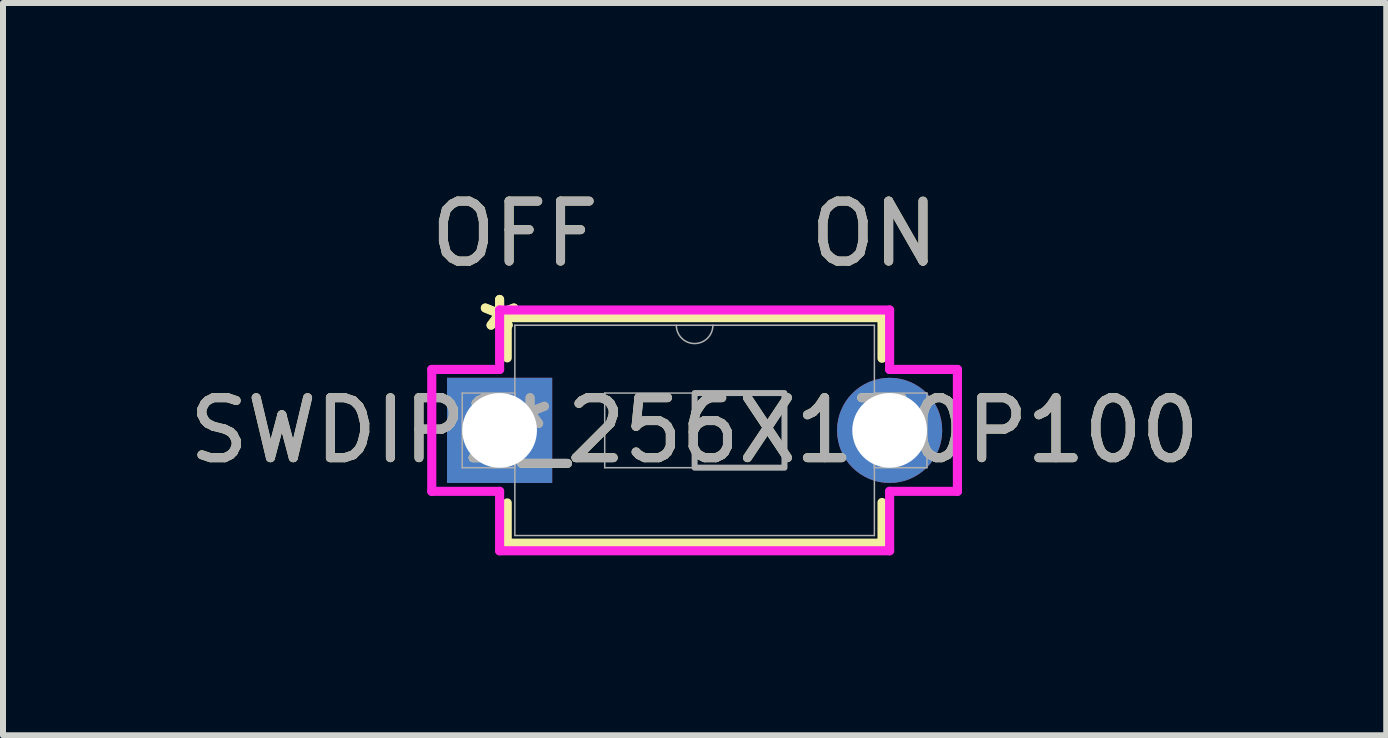
<source format=kicad_pcb>
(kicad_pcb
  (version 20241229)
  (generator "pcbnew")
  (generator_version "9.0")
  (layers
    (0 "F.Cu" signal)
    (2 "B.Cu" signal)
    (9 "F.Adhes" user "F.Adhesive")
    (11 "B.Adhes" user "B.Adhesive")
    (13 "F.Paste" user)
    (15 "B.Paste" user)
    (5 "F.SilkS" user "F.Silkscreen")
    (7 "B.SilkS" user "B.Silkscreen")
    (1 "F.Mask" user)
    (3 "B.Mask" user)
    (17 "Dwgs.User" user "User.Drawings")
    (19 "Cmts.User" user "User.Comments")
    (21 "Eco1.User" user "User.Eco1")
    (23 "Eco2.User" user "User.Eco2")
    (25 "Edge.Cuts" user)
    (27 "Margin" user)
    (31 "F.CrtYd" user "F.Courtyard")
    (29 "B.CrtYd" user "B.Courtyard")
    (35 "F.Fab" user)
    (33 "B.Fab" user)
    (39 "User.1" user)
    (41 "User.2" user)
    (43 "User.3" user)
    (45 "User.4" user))
  (footprint "SWDIP2_256X170P100"
    (layer "F.Cu")
    (at 11.781 4.125)
    (property "Reference" "SWDIP2_256X170P100" (at -3.251 0 0) (unlocked yes) (layer "F.SilkS") (effects (font (size 1 1) (thickness 0.15))))
    (attr through_hole)
    (fp_line (start -6.375 -1.88) (end -6.375 -1.209) (stroke (width 0.152) (type solid)) (layer "F.SilkS"))
    (fp_line (start -6.375 1.209) (end -6.375 1.88) (stroke (width 0.152) (type solid)) (layer "F.SilkS"))
    (fp_line (start -6.375 1.88) (end -0.127 1.88) (stroke (width 0.152) (type solid)) (layer "F.SilkS"))
    (fp_line (start -0.127 -1.88) (end -6.375 -1.88) (stroke (width 0.152) (type solid)) (layer "F.SilkS"))
    (fp_line (start -0.127 -1.202) (end -0.127 -1.88) (stroke (width 0.152) (type solid)) (layer "F.SilkS"))
    (fp_line (start -0.127 1.88) (end -0.127 1.202) (stroke (width 0.152) (type solid)) (layer "F.SilkS"))
    (fp_line (start -7.633 -1.016) (end -6.502 -1.016) (stroke (width 0.152) (type solid)) (layer "F.CrtYd"))
    (fp_line (start -7.633 1.016) (end -7.633 -1.016) (stroke (width 0.152) (type solid)) (layer "F.CrtYd"))
    (fp_line (start -6.502 -2.007) (end 0 -2.007) (stroke (width 0.152) (type solid)) (layer "F.CrtYd"))
    (fp_line (start -6.502 -1.016) (end -6.502 -2.007) (stroke (width 0.152) (type solid)) (layer "F.CrtYd"))
    (fp_line (start -6.502 1.016) (end -7.633 1.016) (stroke (width 0.152) (type solid)) (layer "F.CrtYd"))
    (fp_line (start -6.502 2.007) (end -6.502 1.016) (stroke (width 0.152) (type solid)) (layer "F.CrtYd"))
    (fp_line (start 0 -2.007) (end 0 -1.016) (stroke (width 0.152) (type solid)) (layer "F.CrtYd"))
    (fp_line (start 0 1.016) (end 0 2.007) (stroke (width 0.152) (type solid)) (layer "F.CrtYd"))
    (fp_line (start 0 2.007) (end -6.502 2.007) (stroke (width 0.152) (type solid)) (layer "F.CrtYd"))
    (fp_line (start 1.13 -1.016) (end 0 -1.016) (stroke (width 0.152) (type solid)) (layer "F.CrtYd"))
    (fp_line (start 1.13 -1.016) (end 1.13 1.016) (stroke (width 0.152) (type solid)) (layer "F.CrtYd"))
    (fp_line (start 1.13 1.016) (end 0 1.016) (stroke (width 0.152) (type solid)) (layer "F.CrtYd"))
    (fp_line (start -7.125 -0.622) (end -7.125 0.622) (stroke (width 0.025) (type solid)) (layer "F.Fab"))
    (fp_line (start -7.125 0.622) (end -6.248 0.622) (stroke (width 0.025) (type solid)) (layer "F.Fab"))
    (fp_line (start -6.248 -1.753) (end -6.248 1.753) (stroke (width 0.025) (type solid)) (layer "F.Fab"))
    (fp_line (start -6.248 -0.622) (end -7.125 -0.622) (stroke (width 0.025) (type solid)) (layer "F.Fab"))
    (fp_line (start -6.248 0.622) (end -6.248 -0.622) (stroke (width 0.025) (type solid)) (layer "F.Fab"))
    (fp_line (start -6.248 1.753) (end -0.254 1.753) (stroke (width 0.025) (type solid)) (layer "F.Fab"))
    (fp_line (start -4.75 -0.622) (end -1.753 -0.622) (stroke (width 0.025) (type solid)) (layer "F.Fab"))
    (fp_line (start -4.75 0.622) (end -4.75 -0.622) (stroke (width 0.025) (type solid)) (layer "F.Fab"))
    (fp_line (start -1.753 -0.622) (end -1.753 0.622) (stroke (width 0.025) (type solid)) (layer "F.Fab"))
    (fp_line (start -1.753 0.622) (end -4.75 0.622) (stroke (width 0.025) (type solid)) (layer "F.Fab"))
    (fp_line (start -0.254 -1.753) (end -6.248 -1.753) (stroke (width 0.025) (type solid)) (layer "F.Fab"))
    (fp_line (start -0.254 -0.622) (end -0.254 0.622) (stroke (width 0.025) (type solid)) (layer "F.Fab"))
    (fp_line (start -0.254 0.622) (end 0.622 0.622) (stroke (width 0.025) (type solid)) (layer "F.Fab"))
    (fp_line (start -0.254 1.753) (end -0.254 -1.753) (stroke (width 0.025) (type solid)) (layer "F.Fab"))
    (fp_line (start 0.622 -0.622) (end -0.254 -0.622) (stroke (width 0.025) (type solid)) (layer "F.Fab"))
    (fp_line (start 0.622 0.622) (end 0.622 -0.622) (stroke (width 0.025) (type solid)) (layer "F.Fab"))
    (fp_arc (start -2.9464 -1.7526) (mid -3.2512 -1.4478) (end -3.556 -1.7526) (stroke (width 0.0254) (type solid)) (layer "F.Fab"))
    (fp_poly (pts (xy -3.251 -0.622) (xy -1.753 -0.622) (xy -1.753 0.622) (xy -3.251 0.622)) (stroke (width 0.1) (type solid)) (fill no) (layer "F.Fab"))
    (fp_text user "*" (at -6.502 -1.638 0) (unlocked yes) (layer "F.SilkS") (effects (font (size 1 1) (thickness 0.15))))
    (fp_text user "OFF" (at -6.248 -3.277 0) (unlocked yes) (layer "F.SilkS") (effects (font (size 1 1) (thickness 0.15))))
    (fp_text user "*" (at -6.502 -1.638 0) (layer "F.SilkS") (effects (font (size 1 1) (thickness 0.15))))
    (fp_text user "ON" (at -0.254 -3.277 0) (unlocked yes) (layer "F.SilkS") (effects (font (size 1 1) (thickness 0.15))))
    (fp_text user "*" (at -5.994 0 0) (unlocked yes) (layer "F.Fab") (effects (font (size 1 1) (thickness 0.15))))
    (fp_text user "${REFERENCE}" (at -3.251 0 0) (unlocked yes) (layer "F.Fab") (effects (font (size 1 1) (thickness 0.15))))
    (fp_text user "OFF" (at -6.248 -3.277 0) (unlocked yes) (layer "F.Fab") (effects (font (size 1 1) (thickness 0.15))))
    (fp_text user "*" (at -5.994 0 0) (layer "F.Fab") (effects (font (size 1 1) (thickness 0.15))))
    (fp_text user "ON" (at -0.254 -3.277 0) (unlocked yes) (layer "F.Fab") (effects (font (size 1 1) (thickness 0.15))))
    (pad "1" thru_hole rect (at -6.502 0) (size 1.753 1.753) (drill 1.245) (layers "*.Cu" "*.Mask"))
    (pad "2" thru_hole circle (at 0 0) (size 1.753 1.753) (drill 1.245) (layers "*.Cu" "*.Mask")))
  (gr_rect
    (start -3 -3)
    (end 20.06 9.208)
    (stroke (width 0.1) (type default))
    (fill no)
    (layer "Edge.Cuts")))
</source>
